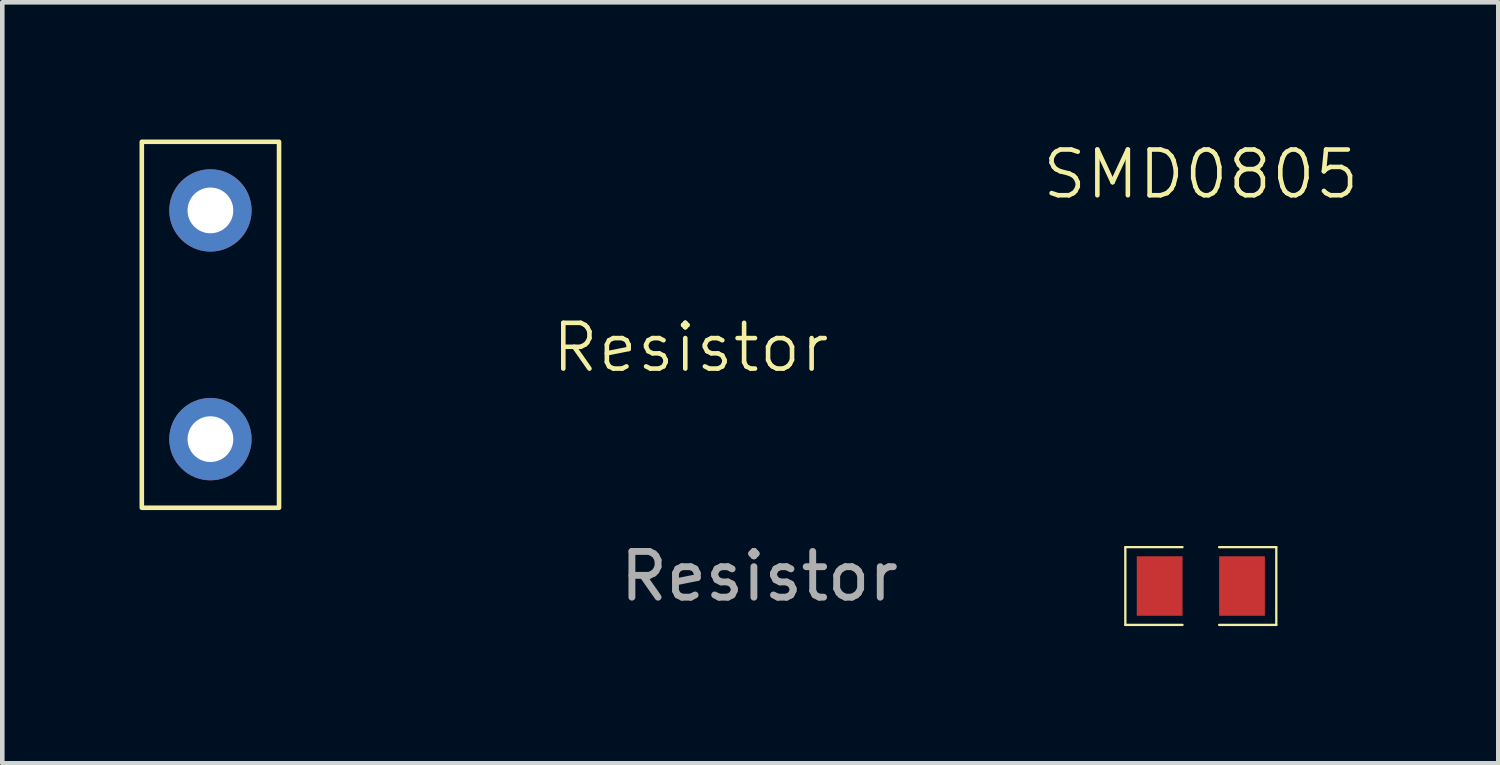
<source format=kicad_pcb>
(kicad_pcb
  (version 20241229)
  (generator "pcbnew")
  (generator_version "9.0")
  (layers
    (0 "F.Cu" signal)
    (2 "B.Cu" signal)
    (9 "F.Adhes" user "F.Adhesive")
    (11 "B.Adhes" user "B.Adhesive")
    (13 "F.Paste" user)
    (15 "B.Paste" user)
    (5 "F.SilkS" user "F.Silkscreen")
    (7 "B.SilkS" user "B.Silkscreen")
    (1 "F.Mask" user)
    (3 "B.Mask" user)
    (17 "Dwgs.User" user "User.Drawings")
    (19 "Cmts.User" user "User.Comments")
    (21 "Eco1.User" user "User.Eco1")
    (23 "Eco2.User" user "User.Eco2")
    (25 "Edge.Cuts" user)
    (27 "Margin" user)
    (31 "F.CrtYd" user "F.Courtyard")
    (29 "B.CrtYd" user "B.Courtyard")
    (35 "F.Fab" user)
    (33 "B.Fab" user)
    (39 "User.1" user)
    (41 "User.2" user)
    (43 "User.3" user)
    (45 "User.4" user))
  (footprint "SMD0805"
    (layer "F.Cu")
    (at 23.201 9.761)
    (property "Reference" "SMD0805" (at 0 -9 0) (unlocked yes) (layer "F.SilkS") (effects (font (size 1 1) (thickness 0.1))))
    (attr smd)
    (fp_line (start -1.65 -0.85) (end -1.65 0.85) (stroke (width 0.05) (type default)) (layer "F.SilkS"))
    (fp_line (start -1.65 -0.85) (end -0.4 -0.85) (stroke (width 0.05) (type default)) (layer "F.SilkS"))
    (fp_line (start -1.65 0.85) (end -0.4 0.85) (stroke (width 0.05) (type default)) (layer "F.SilkS"))
    (fp_line (start 0.4 -0.85) (end 1.65 -0.85) (stroke (width 0.05) (type default)) (layer "F.SilkS"))
    (fp_line (start 0.4 0.85) (end 1.65 0.85) (stroke (width 0.05) (type default)) (layer "F.SilkS"))
    (fp_line (start 1.65 -0.85) (end 1.65 0.85) (stroke (width 0.05) (type default)) (layer "F.SilkS"))
    (pad "1" smd rect (at -0.9 0) (size 1 1.3) (layers "F.Cu" "F.Mask" "F.Paste"))
    (pad "2" smd rect (at 0.9 0) (size 1 1.3) (layers "F.Cu" "F.Mask" "F.Paste")))
  (footprint "Resistor"
    (layer "F.Cu")
    (at 1.55 4.05)
    (property "Reference" "Resistor" (at 10.5 0.5 0) (unlocked yes) (layer "F.SilkS") (effects (font (size 1 1) (thickness 0.1))))
    (fp_rect (start -1.5 -4) (end 1.5 4) (stroke (width 0.1) (type default)) (fill no) (layer "F.SilkS"))
    (fp_text user "${REFERENCE}" (at 12 5.5 0) (unlocked yes) (layer "F.Fab") (effects (font (size 1 1) (thickness 0.15))))
    (pad "1" thru_hole circle (at 0 -2.5 90) (size 1.8 1.8) (drill 1) (layers "*.Cu" "*.Mask"))
    (pad "2" thru_hole circle (at 0 2.5 90) (size 1.8 1.8) (drill 1) (layers "*.Cu" "*.Mask")))
  (gr_rect
    (start -3 -3)
    (end 29.704 13.636)
    (stroke (width 0.1) (type default))
    (fill no)
    (layer "Edge.Cuts")))
</source>
